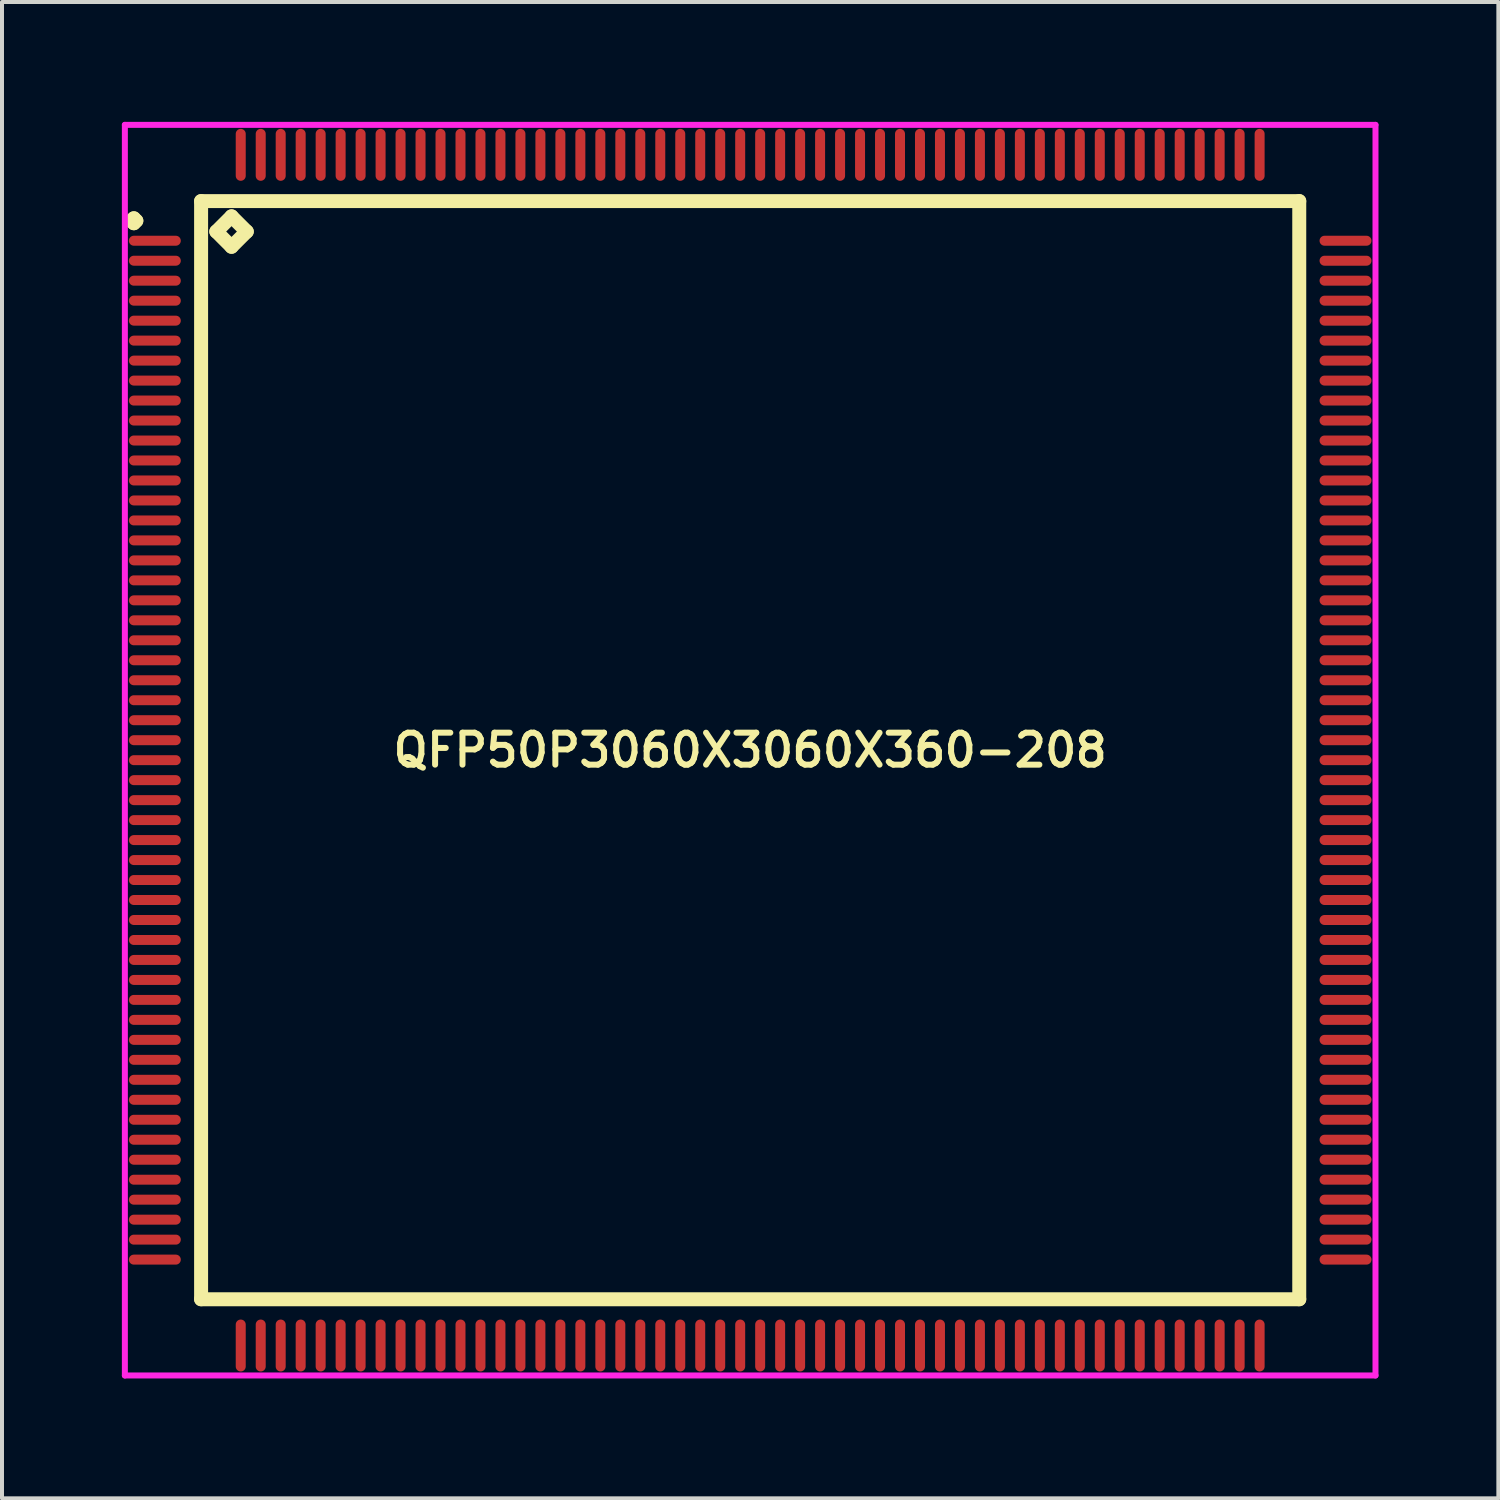
<source format=kicad_pcb>
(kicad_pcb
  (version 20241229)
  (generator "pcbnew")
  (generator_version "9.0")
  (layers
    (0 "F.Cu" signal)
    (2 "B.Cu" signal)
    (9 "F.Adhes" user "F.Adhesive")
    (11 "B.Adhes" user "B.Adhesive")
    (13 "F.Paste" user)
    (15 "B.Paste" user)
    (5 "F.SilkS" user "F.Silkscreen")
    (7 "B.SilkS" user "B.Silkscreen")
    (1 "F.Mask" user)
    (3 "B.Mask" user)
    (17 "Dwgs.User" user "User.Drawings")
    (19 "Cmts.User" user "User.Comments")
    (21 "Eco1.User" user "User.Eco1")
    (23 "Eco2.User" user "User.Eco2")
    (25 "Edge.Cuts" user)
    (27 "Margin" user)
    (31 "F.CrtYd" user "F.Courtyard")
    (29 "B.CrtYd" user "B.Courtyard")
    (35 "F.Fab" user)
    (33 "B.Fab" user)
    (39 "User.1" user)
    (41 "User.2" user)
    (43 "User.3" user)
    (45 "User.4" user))
  (footprint "QFP50P3060X3060X360-208"
    (layer "F.Cu")
    (at 15.725 15.725)
    (property "Reference" "QFP50P3060X3060X360-208" (at 0 0 0) (layer "F.SilkS") (effects (font (size 0.8 0.8) (thickness 0.15))))
    (attr smd)
    (fp_line (start -15.488 -13.25) (end -15.425 -13.312) (stroke (width 0.35) (type solid)) (layer "F.SilkS"))
    (fp_line (start -15.425 -13.312) (end -15.363 -13.25) (stroke (width 0.35) (type solid)) (layer "F.SilkS"))
    (fp_line (start -15.425 -13.188) (end -15.488 -13.25) (stroke (width 0.35) (type solid)) (layer "F.SilkS"))
    (fp_line (start -15.363 -13.25) (end -15.425 -13.188) (stroke (width 0.35) (type solid)) (layer "F.SilkS"))
    (fp_line (start -13.742 -13.742) (end -13.742 13.742) (stroke (width 0.35) (type solid)) (layer "F.SilkS"))
    (fp_line (start -13.742 13.742) (end 13.742 13.742) (stroke (width 0.35) (type solid)) (layer "F.SilkS"))
    (fp_line (start -13.361 -12.98) (end -12.98 -13.361) (stroke (width 0.35) (type solid)) (layer "F.SilkS"))
    (fp_line (start -12.98 -13.361) (end -12.599 -12.98) (stroke (width 0.35) (type solid)) (layer "F.SilkS"))
    (fp_line (start -12.98 -12.599) (end -13.361 -12.98) (stroke (width 0.35) (type solid)) (layer "F.SilkS"))
    (fp_line (start -12.599 -12.98) (end -12.98 -12.599) (stroke (width 0.35) (type solid)) (layer "F.SilkS"))
    (fp_line (start 13.742 -13.742) (end -13.742 -13.742) (stroke (width 0.35) (type solid)) (layer "F.SilkS"))
    (fp_line (start 13.742 13.742) (end 13.742 -13.742) (stroke (width 0.35) (type solid)) (layer "F.SilkS"))
    (fp_line (start -15.65 -15.65) (end 15.65 -15.65) (stroke (width 0.15) (type solid)) (layer "F.CrtYd"))
    (fp_line (start -15.65 15.65) (end -15.65 -15.65) (stroke (width 0.15) (type solid)) (layer "F.CrtYd"))
    (fp_line (start 15.65 -15.65) (end 15.65 15.65) (stroke (width 0.15) (type solid)) (layer "F.CrtYd"))
    (fp_line (start 15.65 15.65) (end -15.65 15.65) (stroke (width 0.15) (type solid)) (layer "F.CrtYd"))
    (pad "1" smd oval (at -14.9 -12.75) (size 1.3 0.25) (layers "F.Cu" "F.Mask" "F.Paste"))
    (pad "2" smd oval (at -14.9 -12.25) (size 1.3 0.25) (layers "F.Cu" "F.Mask" "F.Paste"))
    (pad "3" smd oval (at -14.9 -11.75) (size 1.3 0.25) (layers "F.Cu" "F.Mask" "F.Paste"))
    (pad "4" smd oval (at -14.9 -11.25) (size 1.3 0.25) (layers "F.Cu" "F.Mask" "F.Paste"))
    (pad "5" smd oval (at -14.9 -10.75) (size 1.3 0.25) (layers "F.Cu" "F.Mask" "F.Paste"))
    (pad "6" smd oval (at -14.9 -10.25) (size 1.3 0.25) (layers "F.Cu" "F.Mask" "F.Paste"))
    (pad "7" smd oval (at -14.9 -9.75) (size 1.3 0.25) (layers "F.Cu" "F.Mask" "F.Paste"))
    (pad "8" smd oval (at -14.9 -9.25) (size 1.3 0.25) (layers "F.Cu" "F.Mask" "F.Paste"))
    (pad "9" smd oval (at -14.9 -8.75) (size 1.3 0.25) (layers "F.Cu" "F.Mask" "F.Paste"))
    (pad "10" smd oval (at -14.9 -8.25) (size 1.3 0.25) (layers "F.Cu" "F.Mask" "F.Paste"))
    (pad "11" smd oval (at -14.9 -7.75) (size 1.3 0.25) (layers "F.Cu" "F.Mask" "F.Paste"))
    (pad "12" smd oval (at -14.9 -7.25) (size 1.3 0.25) (layers "F.Cu" "F.Mask" "F.Paste"))
    (pad "13" smd oval (at -14.9 -6.75) (size 1.3 0.25) (layers "F.Cu" "F.Mask" "F.Paste"))
    (pad "14" smd oval (at -14.9 -6.25) (size 1.3 0.25) (layers "F.Cu" "F.Mask" "F.Paste"))
    (pad "15" smd oval (at -14.9 -5.75) (size 1.3 0.25) (layers "F.Cu" "F.Mask" "F.Paste"))
    (pad "16" smd oval (at -14.9 -5.25) (size 1.3 0.25) (layers "F.Cu" "F.Mask" "F.Paste"))
    (pad "17" smd oval (at -14.9 -4.75) (size 1.3 0.25) (layers "F.Cu" "F.Mask" "F.Paste"))
    (pad "18" smd oval (at -14.9 -4.25) (size 1.3 0.25) (layers "F.Cu" "F.Mask" "F.Paste"))
    (pad "19" smd oval (at -14.9 -3.75) (size 1.3 0.25) (layers "F.Cu" "F.Mask" "F.Paste"))
    (pad "20" smd oval (at -14.9 -3.25) (size 1.3 0.25) (layers "F.Cu" "F.Mask" "F.Paste"))
    (pad "21" smd oval (at -14.9 -2.75) (size 1.3 0.25) (layers "F.Cu" "F.Mask" "F.Paste"))
    (pad "22" smd oval (at -14.9 -2.25) (size 1.3 0.25) (layers "F.Cu" "F.Mask" "F.Paste"))
    (pad "23" smd oval (at -14.9 -1.75) (size 1.3 0.25) (layers "F.Cu" "F.Mask" "F.Paste"))
    (pad "24" smd oval (at -14.9 -1.25) (size 1.3 0.25) (layers "F.Cu" "F.Mask" "F.Paste"))
    (pad "25" smd oval (at -14.9 -0.75) (size 1.3 0.25) (layers "F.Cu" "F.Mask" "F.Paste"))
    (pad "26" smd oval (at -14.9 -0.25) (size 1.3 0.25) (layers "F.Cu" "F.Mask" "F.Paste"))
    (pad "27" smd oval (at -14.9 0.25) (size 1.3 0.25) (layers "F.Cu" "F.Mask" "F.Paste"))
    (pad "28" smd oval (at -14.9 0.75) (size 1.3 0.25) (layers "F.Cu" "F.Mask" "F.Paste"))
    (pad "29" smd oval (at -14.9 1.25) (size 1.3 0.25) (layers "F.Cu" "F.Mask" "F.Paste"))
    (pad "30" smd oval (at -14.9 1.75) (size 1.3 0.25) (layers "F.Cu" "F.Mask" "F.Paste"))
    (pad "31" smd oval (at -14.9 2.25) (size 1.3 0.25) (layers "F.Cu" "F.Mask" "F.Paste"))
    (pad "32" smd oval (at -14.9 2.75) (size 1.3 0.25) (layers "F.Cu" "F.Mask" "F.Paste"))
    (pad "33" smd oval (at -14.9 3.25) (size 1.3 0.25) (layers "F.Cu" "F.Mask" "F.Paste"))
    (pad "34" smd oval (at -14.9 3.75) (size 1.3 0.25) (layers "F.Cu" "F.Mask" "F.Paste"))
    (pad "35" smd oval (at -14.9 4.25) (size 1.3 0.25) (layers "F.Cu" "F.Mask" "F.Paste"))
    (pad "36" smd oval (at -14.9 4.75) (size 1.3 0.25) (layers "F.Cu" "F.Mask" "F.Paste"))
    (pad "37" smd oval (at -14.9 5.25) (size 1.3 0.25) (layers "F.Cu" "F.Mask" "F.Paste"))
    (pad "38" smd oval (at -14.9 5.75) (size 1.3 0.25) (layers "F.Cu" "F.Mask" "F.Paste"))
    (pad "39" smd oval (at -14.9 6.25) (size 1.3 0.25) (layers "F.Cu" "F.Mask" "F.Paste"))
    (pad "40" smd oval (at -14.9 6.75) (size 1.3 0.25) (layers "F.Cu" "F.Mask" "F.Paste"))
    (pad "41" smd oval (at -14.9 7.25) (size 1.3 0.25) (layers "F.Cu" "F.Mask" "F.Paste"))
    (pad "42" smd oval (at -14.9 7.75) (size 1.3 0.25) (layers "F.Cu" "F.Mask" "F.Paste"))
    (pad "43" smd oval (at -14.9 8.25) (size 1.3 0.25) (layers "F.Cu" "F.Mask" "F.Paste"))
    (pad "44" smd oval (at -14.9 8.75) (size 1.3 0.25) (layers "F.Cu" "F.Mask" "F.Paste"))
    (pad "45" smd oval (at -14.9 9.25) (size 1.3 0.25) (layers "F.Cu" "F.Mask" "F.Paste"))
    (pad "46" smd oval (at -14.9 9.75) (size 1.3 0.25) (layers "F.Cu" "F.Mask" "F.Paste"))
    (pad "47" smd oval (at -14.9 10.25) (size 1.3 0.25) (layers "F.Cu" "F.Mask" "F.Paste"))
    (pad "48" smd oval (at -14.9 10.75) (size 1.3 0.25) (layers "F.Cu" "F.Mask" "F.Paste"))
    (pad "49" smd oval (at -14.9 11.25) (size 1.3 0.25) (layers "F.Cu" "F.Mask" "F.Paste"))
    (pad "50" smd oval (at -14.9 11.75) (size 1.3 0.25) (layers "F.Cu" "F.Mask" "F.Paste"))
    (pad "51" smd oval (at -14.9 12.25) (size 1.3 0.25) (layers "F.Cu" "F.Mask" "F.Paste"))
    (pad "52" smd oval (at -14.9 12.75) (size 1.3 0.25) (layers "F.Cu" "F.Mask" "F.Paste"))
    (pad "53" smd oval (at -12.75 14.9) (size 0.25 1.3) (layers "F.Cu" "F.Mask" "F.Paste"))
    (pad "54" smd oval (at -12.25 14.9) (size 0.25 1.3) (layers "F.Cu" "F.Mask" "F.Paste"))
    (pad "55" smd oval (at -11.75 14.9) (size 0.25 1.3) (layers "F.Cu" "F.Mask" "F.Paste"))
    (pad "56" smd oval (at -11.25 14.9) (size 0.25 1.3) (layers "F.Cu" "F.Mask" "F.Paste"))
    (pad "57" smd oval (at -10.75 14.9) (size 0.25 1.3) (layers "F.Cu" "F.Mask" "F.Paste"))
    (pad "58" smd oval (at -10.25 14.9) (size 0.25 1.3) (layers "F.Cu" "F.Mask" "F.Paste"))
    (pad "59" smd oval (at -9.75 14.9) (size 0.25 1.3) (layers "F.Cu" "F.Mask" "F.Paste"))
    (pad "60" smd oval (at -9.25 14.9) (size 0.25 1.3) (layers "F.Cu" "F.Mask" "F.Paste"))
    (pad "61" smd oval (at -8.75 14.9) (size 0.25 1.3) (layers "F.Cu" "F.Mask" "F.Paste"))
    (pad "62" smd oval (at -8.25 14.9) (size 0.25 1.3) (layers "F.Cu" "F.Mask" "F.Paste"))
    (pad "63" smd oval (at -7.75 14.9) (size 0.25 1.3) (layers "F.Cu" "F.Mask" "F.Paste"))
    (pad "64" smd oval (at -7.25 14.9) (size 0.25 1.3) (layers "F.Cu" "F.Mask" "F.Paste"))
    (pad "65" smd oval (at -6.75 14.9) (size 0.25 1.3) (layers "F.Cu" "F.Mask" "F.Paste"))
    (pad "66" smd oval (at -6.25 14.9) (size 0.25 1.3) (layers "F.Cu" "F.Mask" "F.Paste"))
    (pad "67" smd oval (at -5.75 14.9) (size 0.25 1.3) (layers "F.Cu" "F.Mask" "F.Paste"))
    (pad "68" smd oval (at -5.25 14.9) (size 0.25 1.3) (layers "F.Cu" "F.Mask" "F.Paste"))
    (pad "69" smd oval (at -4.75 14.9) (size 0.25 1.3) (layers "F.Cu" "F.Mask" "F.Paste"))
    (pad "70" smd oval (at -4.25 14.9) (size 0.25 1.3) (layers "F.Cu" "F.Mask" "F.Paste"))
    (pad "71" smd oval (at -3.75 14.9) (size 0.25 1.3) (layers "F.Cu" "F.Mask" "F.Paste"))
    (pad "72" smd oval (at -3.25 14.9) (size 0.25 1.3) (layers "F.Cu" "F.Mask" "F.Paste"))
    (pad "73" smd oval (at -2.75 14.9) (size 0.25 1.3) (layers "F.Cu" "F.Mask" "F.Paste"))
    (pad "74" smd oval (at -2.25 14.9) (size 0.25 1.3) (layers "F.Cu" "F.Mask" "F.Paste"))
    (pad "75" smd oval (at -1.75 14.9) (size 0.25 1.3) (layers "F.Cu" "F.Mask" "F.Paste"))
    (pad "76" smd oval (at -1.25 14.9) (size 0.25 1.3) (layers "F.Cu" "F.Mask" "F.Paste"))
    (pad "77" smd oval (at -0.75 14.9) (size 0.25 1.3) (layers "F.Cu" "F.Mask" "F.Paste"))
    (pad "78" smd oval (at -0.25 14.9) (size 0.25 1.3) (layers "F.Cu" "F.Mask" "F.Paste"))
    (pad "79" smd oval (at 0.25 14.9) (size 0.25 1.3) (layers "F.Cu" "F.Mask" "F.Paste"))
    (pad "80" smd oval (at 0.75 14.9) (size 0.25 1.3) (layers "F.Cu" "F.Mask" "F.Paste"))
    (pad "81" smd oval (at 1.25 14.9) (size 0.25 1.3) (layers "F.Cu" "F.Mask" "F.Paste"))
    (pad "82" smd oval (at 1.75 14.9) (size 0.25 1.3) (layers "F.Cu" "F.Mask" "F.Paste"))
    (pad "83" smd oval (at 2.25 14.9) (size 0.25 1.3) (layers "F.Cu" "F.Mask" "F.Paste"))
    (pad "84" smd oval (at 2.75 14.9) (size 0.25 1.3) (layers "F.Cu" "F.Mask" "F.Paste"))
    (pad "85" smd oval (at 3.25 14.9) (size 0.25 1.3) (layers "F.Cu" "F.Mask" "F.Paste"))
    (pad "86" smd oval (at 3.75 14.9) (size 0.25 1.3) (layers "F.Cu" "F.Mask" "F.Paste"))
    (pad "87" smd oval (at 4.25 14.9) (size 0.25 1.3) (layers "F.Cu" "F.Mask" "F.Paste"))
    (pad "88" smd oval (at 4.75 14.9) (size 0.25 1.3) (layers "F.Cu" "F.Mask" "F.Paste"))
    (pad "89" smd oval (at 5.25 14.9) (size 0.25 1.3) (layers "F.Cu" "F.Mask" "F.Paste"))
    (pad "90" smd oval (at 5.75 14.9) (size 0.25 1.3) (layers "F.Cu" "F.Mask" "F.Paste"))
    (pad "91" smd oval (at 6.25 14.9) (size 0.25 1.3) (layers "F.Cu" "F.Mask" "F.Paste"))
    (pad "92" smd oval (at 6.75 14.9) (size 0.25 1.3) (layers "F.Cu" "F.Mask" "F.Paste"))
    (pad "93" smd oval (at 7.25 14.9) (size 0.25 1.3) (layers "F.Cu" "F.Mask" "F.Paste"))
    (pad "94" smd oval (at 7.75 14.9) (size 0.25 1.3) (layers "F.Cu" "F.Mask" "F.Paste"))
    (pad "95" smd oval (at 8.25 14.9) (size 0.25 1.3) (layers "F.Cu" "F.Mask" "F.Paste"))
    (pad "96" smd oval (at 8.75 14.9) (size 0.25 1.3) (layers "F.Cu" "F.Mask" "F.Paste"))
    (pad "97" smd oval (at 9.25 14.9) (size 0.25 1.3) (layers "F.Cu" "F.Mask" "F.Paste"))
    (pad "98" smd oval (at 9.75 14.9) (size 0.25 1.3) (layers "F.Cu" "F.Mask" "F.Paste"))
    (pad "99" smd oval (at 10.25 14.9) (size 0.25 1.3) (layers "F.Cu" "F.Mask" "F.Paste"))
    (pad "100" smd oval (at 10.75 14.9) (size 0.25 1.3) (layers "F.Cu" "F.Mask" "F.Paste"))
    (pad "101" smd oval (at 11.25 14.9) (size 0.25 1.3) (layers "F.Cu" "F.Mask" "F.Paste"))
    (pad "102" smd oval (at 11.75 14.9) (size 0.25 1.3) (layers "F.Cu" "F.Mask" "F.Paste"))
    (pad "103" smd oval (at 12.25 14.9) (size 0.25 1.3) (layers "F.Cu" "F.Mask" "F.Paste"))
    (pad "104" smd oval (at 12.75 14.9) (size 0.25 1.3) (layers "F.Cu" "F.Mask" "F.Paste"))
    (pad "105" smd oval (at 14.9 12.75) (size 1.3 0.25) (layers "F.Cu" "F.Mask" "F.Paste"))
    (pad "106" smd oval (at 14.9 12.25) (size 1.3 0.25) (layers "F.Cu" "F.Mask" "F.Paste"))
    (pad "107" smd oval (at 14.9 11.75) (size 1.3 0.25) (layers "F.Cu" "F.Mask" "F.Paste"))
    (pad "108" smd oval (at 14.9 11.25) (size 1.3 0.25) (layers "F.Cu" "F.Mask" "F.Paste"))
    (pad "109" smd oval (at 14.9 10.75) (size 1.3 0.25) (layers "F.Cu" "F.Mask" "F.Paste"))
    (pad "110" smd oval (at 14.9 10.25) (size 1.3 0.25) (layers "F.Cu" "F.Mask" "F.Paste"))
    (pad "111" smd oval (at 14.9 9.75) (size 1.3 0.25) (layers "F.Cu" "F.Mask" "F.Paste"))
    (pad "112" smd oval (at 14.9 9.25) (size 1.3 0.25) (layers "F.Cu" "F.Mask" "F.Paste"))
    (pad "113" smd oval (at 14.9 8.75) (size 1.3 0.25) (layers "F.Cu" "F.Mask" "F.Paste"))
    (pad "114" smd oval (at 14.9 8.25) (size 1.3 0.25) (layers "F.Cu" "F.Mask" "F.Paste"))
    (pad "115" smd oval (at 14.9 7.75) (size 1.3 0.25) (layers "F.Cu" "F.Mask" "F.Paste"))
    (pad "116" smd oval (at 14.9 7.25) (size 1.3 0.25) (layers "F.Cu" "F.Mask" "F.Paste"))
    (pad "117" smd oval (at 14.9 6.75) (size 1.3 0.25) (layers "F.Cu" "F.Mask" "F.Paste"))
    (pad "118" smd oval (at 14.9 6.25) (size 1.3 0.25) (layers "F.Cu" "F.Mask" "F.Paste"))
    (pad "119" smd oval (at 14.9 5.75) (size 1.3 0.25) (layers "F.Cu" "F.Mask" "F.Paste"))
    (pad "120" smd oval (at 14.9 5.25) (size 1.3 0.25) (layers "F.Cu" "F.Mask" "F.Paste"))
    (pad "121" smd oval (at 14.9 4.75) (size 1.3 0.25) (layers "F.Cu" "F.Mask" "F.Paste"))
    (pad "122" smd oval (at 14.9 4.25) (size 1.3 0.25) (layers "F.Cu" "F.Mask" "F.Paste"))
    (pad "123" smd oval (at 14.9 3.75) (size 1.3 0.25) (layers "F.Cu" "F.Mask" "F.Paste"))
    (pad "124" smd oval (at 14.9 3.25) (size 1.3 0.25) (layers "F.Cu" "F.Mask" "F.Paste"))
    (pad "125" smd oval (at 14.9 2.75) (size 1.3 0.25) (layers "F.Cu" "F.Mask" "F.Paste"))
    (pad "126" smd oval (at 14.9 2.25) (size 1.3 0.25) (layers "F.Cu" "F.Mask" "F.Paste"))
    (pad "127" smd oval (at 14.9 1.75) (size 1.3 0.25) (layers "F.Cu" "F.Mask" "F.Paste"))
    (pad "128" smd oval (at 14.9 1.25) (size 1.3 0.25) (layers "F.Cu" "F.Mask" "F.Paste"))
    (pad "129" smd oval (at 14.9 0.75) (size 1.3 0.25) (layers "F.Cu" "F.Mask" "F.Paste"))
    (pad "130" smd oval (at 14.9 0.25) (size 1.3 0.25) (layers "F.Cu" "F.Mask" "F.Paste"))
    (pad "131" smd oval (at 14.9 -0.25) (size 1.3 0.25) (layers "F.Cu" "F.Mask" "F.Paste"))
    (pad "132" smd oval (at 14.9 -0.75) (size 1.3 0.25) (layers "F.Cu" "F.Mask" "F.Paste"))
    (pad "133" smd oval (at 14.9 -1.25) (size 1.3 0.25) (layers "F.Cu" "F.Mask" "F.Paste"))
    (pad "134" smd oval (at 14.9 -1.75) (size 1.3 0.25) (layers "F.Cu" "F.Mask" "F.Paste"))
    (pad "135" smd oval (at 14.9 -2.25) (size 1.3 0.25) (layers "F.Cu" "F.Mask" "F.Paste"))
    (pad "136" smd oval (at 14.9 -2.75) (size 1.3 0.25) (layers "F.Cu" "F.Mask" "F.Paste"))
    (pad "137" smd oval (at 14.9 -3.25) (size 1.3 0.25) (layers "F.Cu" "F.Mask" "F.Paste"))
    (pad "138" smd oval (at 14.9 -3.75) (size 1.3 0.25) (layers "F.Cu" "F.Mask" "F.Paste"))
    (pad "139" smd oval (at 14.9 -4.25) (size 1.3 0.25) (layers "F.Cu" "F.Mask" "F.Paste"))
    (pad "140" smd oval (at 14.9 -4.75) (size 1.3 0.25) (layers "F.Cu" "F.Mask" "F.Paste"))
    (pad "141" smd oval (at 14.9 -5.25) (size 1.3 0.25) (layers "F.Cu" "F.Mask" "F.Paste"))
    (pad "142" smd oval (at 14.9 -5.75) (size 1.3 0.25) (layers "F.Cu" "F.Mask" "F.Paste"))
    (pad "143" smd oval (at 14.9 -6.25) (size 1.3 0.25) (layers "F.Cu" "F.Mask" "F.Paste"))
    (pad "144" smd oval (at 14.9 -6.75) (size 1.3 0.25) (layers "F.Cu" "F.Mask" "F.Paste"))
    (pad "145" smd oval (at 14.9 -7.25) (size 1.3 0.25) (layers "F.Cu" "F.Mask" "F.Paste"))
    (pad "146" smd oval (at 14.9 -7.75) (size 1.3 0.25) (layers "F.Cu" "F.Mask" "F.Paste"))
    (pad "147" smd oval (at 14.9 -8.25) (size 1.3 0.25) (layers "F.Cu" "F.Mask" "F.Paste"))
    (pad "148" smd oval (at 14.9 -8.75) (size 1.3 0.25) (layers "F.Cu" "F.Mask" "F.Paste"))
    (pad "149" smd oval (at 14.9 -9.25) (size 1.3 0.25) (layers "F.Cu" "F.Mask" "F.Paste"))
    (pad "150" smd oval (at 14.9 -9.75) (size 1.3 0.25) (layers "F.Cu" "F.Mask" "F.Paste"))
    (pad "151" smd oval (at 14.9 -10.25) (size 1.3 0.25) (layers "F.Cu" "F.Mask" "F.Paste"))
    (pad "152" smd oval (at 14.9 -10.75) (size 1.3 0.25) (layers "F.Cu" "F.Mask" "F.Paste"))
    (pad "153" smd oval (at 14.9 -11.25) (size 1.3 0.25) (layers "F.Cu" "F.Mask" "F.Paste"))
    (pad "154" smd oval (at 14.9 -11.75) (size 1.3 0.25) (layers "F.Cu" "F.Mask" "F.Paste"))
    (pad "155" smd oval (at 14.9 -12.25) (size 1.3 0.25) (layers "F.Cu" "F.Mask" "F.Paste"))
    (pad "156" smd oval (at 14.9 -12.75) (size 1.3 0.25) (layers "F.Cu" "F.Mask" "F.Paste"))
    (pad "157" smd oval (at 12.75 -14.9) (size 0.25 1.3) (layers "F.Cu" "F.Mask" "F.Paste"))
    (pad "158" smd oval (at 12.25 -14.9) (size 0.25 1.3) (layers "F.Cu" "F.Mask" "F.Paste"))
    (pad "159" smd oval (at 11.75 -14.9) (size 0.25 1.3) (layers "F.Cu" "F.Mask" "F.Paste"))
    (pad "160" smd oval (at 11.25 -14.9) (size 0.25 1.3) (layers "F.Cu" "F.Mask" "F.Paste"))
    (pad "161" smd oval (at 10.75 -14.9) (size 0.25 1.3) (layers "F.Cu" "F.Mask" "F.Paste"))
    (pad "162" smd oval (at 10.25 -14.9) (size 0.25 1.3) (layers "F.Cu" "F.Mask" "F.Paste"))
    (pad "163" smd oval (at 9.75 -14.9) (size 0.25 1.3) (layers "F.Cu" "F.Mask" "F.Paste"))
    (pad "164" smd oval (at 9.25 -14.9) (size 0.25 1.3) (layers "F.Cu" "F.Mask" "F.Paste"))
    (pad "165" smd oval (at 8.75 -14.9) (size 0.25 1.3) (layers "F.Cu" "F.Mask" "F.Paste"))
    (pad "166" smd oval (at 8.25 -14.9) (size 0.25 1.3) (layers "F.Cu" "F.Mask" "F.Paste"))
    (pad "167" smd oval (at 7.75 -14.9) (size 0.25 1.3) (layers "F.Cu" "F.Mask" "F.Paste"))
    (pad "168" smd oval (at 7.25 -14.9) (size 0.25 1.3) (layers "F.Cu" "F.Mask" "F.Paste"))
    (pad "169" smd oval (at 6.75 -14.9) (size 0.25 1.3) (layers "F.Cu" "F.Mask" "F.Paste"))
    (pad "170" smd oval (at 6.25 -14.9) (size 0.25 1.3) (layers "F.Cu" "F.Mask" "F.Paste"))
    (pad "171" smd oval (at 5.75 -14.9) (size 0.25 1.3) (layers "F.Cu" "F.Mask" "F.Paste"))
    (pad "172" smd oval (at 5.25 -14.9) (size 0.25 1.3) (layers "F.Cu" "F.Mask" "F.Paste"))
    (pad "173" smd oval (at 4.75 -14.9) (size 0.25 1.3) (layers "F.Cu" "F.Mask" "F.Paste"))
    (pad "174" smd oval (at 4.25 -14.9) (size 0.25 1.3) (layers "F.Cu" "F.Mask" "F.Paste"))
    (pad "175" smd oval (at 3.75 -14.9) (size 0.25 1.3) (layers "F.Cu" "F.Mask" "F.Paste"))
    (pad "176" smd oval (at 3.25 -14.9) (size 0.25 1.3) (layers "F.Cu" "F.Mask" "F.Paste"))
    (pad "177" smd oval (at 2.75 -14.9) (size 0.25 1.3) (layers "F.Cu" "F.Mask" "F.Paste"))
    (pad "178" smd oval (at 2.25 -14.9) (size 0.25 1.3) (layers "F.Cu" "F.Mask" "F.Paste"))
    (pad "179" smd oval (at 1.75 -14.9) (size 0.25 1.3) (layers "F.Cu" "F.Mask" "F.Paste"))
    (pad "180" smd oval (at 1.25 -14.9) (size 0.25 1.3) (layers "F.Cu" "F.Mask" "F.Paste"))
    (pad "181" smd oval (at 0.75 -14.9) (size 0.25 1.3) (layers "F.Cu" "F.Mask" "F.Paste"))
    (pad "182" smd oval (at 0.25 -14.9) (size 0.25 1.3) (layers "F.Cu" "F.Mask" "F.Paste"))
    (pad "183" smd oval (at -0.25 -14.9) (size 0.25 1.3) (layers "F.Cu" "F.Mask" "F.Paste"))
    (pad "184" smd oval (at -0.75 -14.9) (size 0.25 1.3) (layers "F.Cu" "F.Mask" "F.Paste"))
    (pad "185" smd oval (at -1.25 -14.9) (size 0.25 1.3) (layers "F.Cu" "F.Mask" "F.Paste"))
    (pad "186" smd oval (at -1.75 -14.9) (size 0.25 1.3) (layers "F.Cu" "F.Mask" "F.Paste"))
    (pad "187" smd oval (at -2.25 -14.9) (size 0.25 1.3) (layers "F.Cu" "F.Mask" "F.Paste"))
    (pad "188" smd oval (at -2.75 -14.9) (size 0.25 1.3) (layers "F.Cu" "F.Mask" "F.Paste"))
    (pad "189" smd oval (at -3.25 -14.9) (size 0.25 1.3) (layers "F.Cu" "F.Mask" "F.Paste"))
    (pad "190" smd oval (at -3.75 -14.9) (size 0.25 1.3) (layers "F.Cu" "F.Mask" "F.Paste"))
    (pad "191" smd oval (at -4.25 -14.9) (size 0.25 1.3) (layers "F.Cu" "F.Mask" "F.Paste"))
    (pad "192" smd oval (at -4.75 -14.9) (size 0.25 1.3) (layers "F.Cu" "F.Mask" "F.Paste"))
    (pad "193" smd oval (at -5.25 -14.9) (size 0.25 1.3) (layers "F.Cu" "F.Mask" "F.Paste"))
    (pad "194" smd oval (at -5.75 -14.9) (size 0.25 1.3) (layers "F.Cu" "F.Mask" "F.Paste"))
    (pad "195" smd oval (at -6.25 -14.9) (size 0.25 1.3) (layers "F.Cu" "F.Mask" "F.Paste"))
    (pad "196" smd oval (at -6.75 -14.9) (size 0.25 1.3) (layers "F.Cu" "F.Mask" "F.Paste"))
    (pad "197" smd oval (at -7.25 -14.9) (size 0.25 1.3) (layers "F.Cu" "F.Mask" "F.Paste"))
    (pad "198" smd oval (at -7.75 -14.9) (size 0.25 1.3) (layers "F.Cu" "F.Mask" "F.Paste"))
    (pad "199" smd oval (at -8.25 -14.9) (size 0.25 1.3) (layers "F.Cu" "F.Mask" "F.Paste"))
    (pad "200" smd oval (at -8.75 -14.9) (size 0.25 1.3) (layers "F.Cu" "F.Mask" "F.Paste"))
    (pad "201" smd oval (at -9.25 -14.9) (size 0.25 1.3) (layers "F.Cu" "F.Mask" "F.Paste"))
    (pad "202" smd oval (at -9.75 -14.9) (size 0.25 1.3) (layers "F.Cu" "F.Mask" "F.Paste"))
    (pad "203" smd oval (at -10.25 -14.9) (size 0.25 1.3) (layers "F.Cu" "F.Mask" "F.Paste"))
    (pad "204" smd oval (at -10.75 -14.9) (size 0.25 1.3) (layers "F.Cu" "F.Mask" "F.Paste"))
    (pad "205" smd oval (at -11.25 -14.9) (size 0.25 1.3) (layers "F.Cu" "F.Mask" "F.Paste"))
    (pad "206" smd oval (at -11.75 -14.9) (size 0.25 1.3) (layers "F.Cu" "F.Mask" "F.Paste"))
    (pad "207" smd oval (at -12.25 -14.9) (size 0.25 1.3) (layers "F.Cu" "F.Mask" "F.Paste"))
    (pad "208" smd oval (at -12.75 -14.9) (size 0.25 1.3) (layers "F.Cu" "F.Mask" "F.Paste")))
  (gr_rect
    (start -3 -3)
    (end 34.45 34.45)
    (stroke (width 0.1) (type default))
    (fill no)
    (layer "Edge.Cuts")))
</source>
